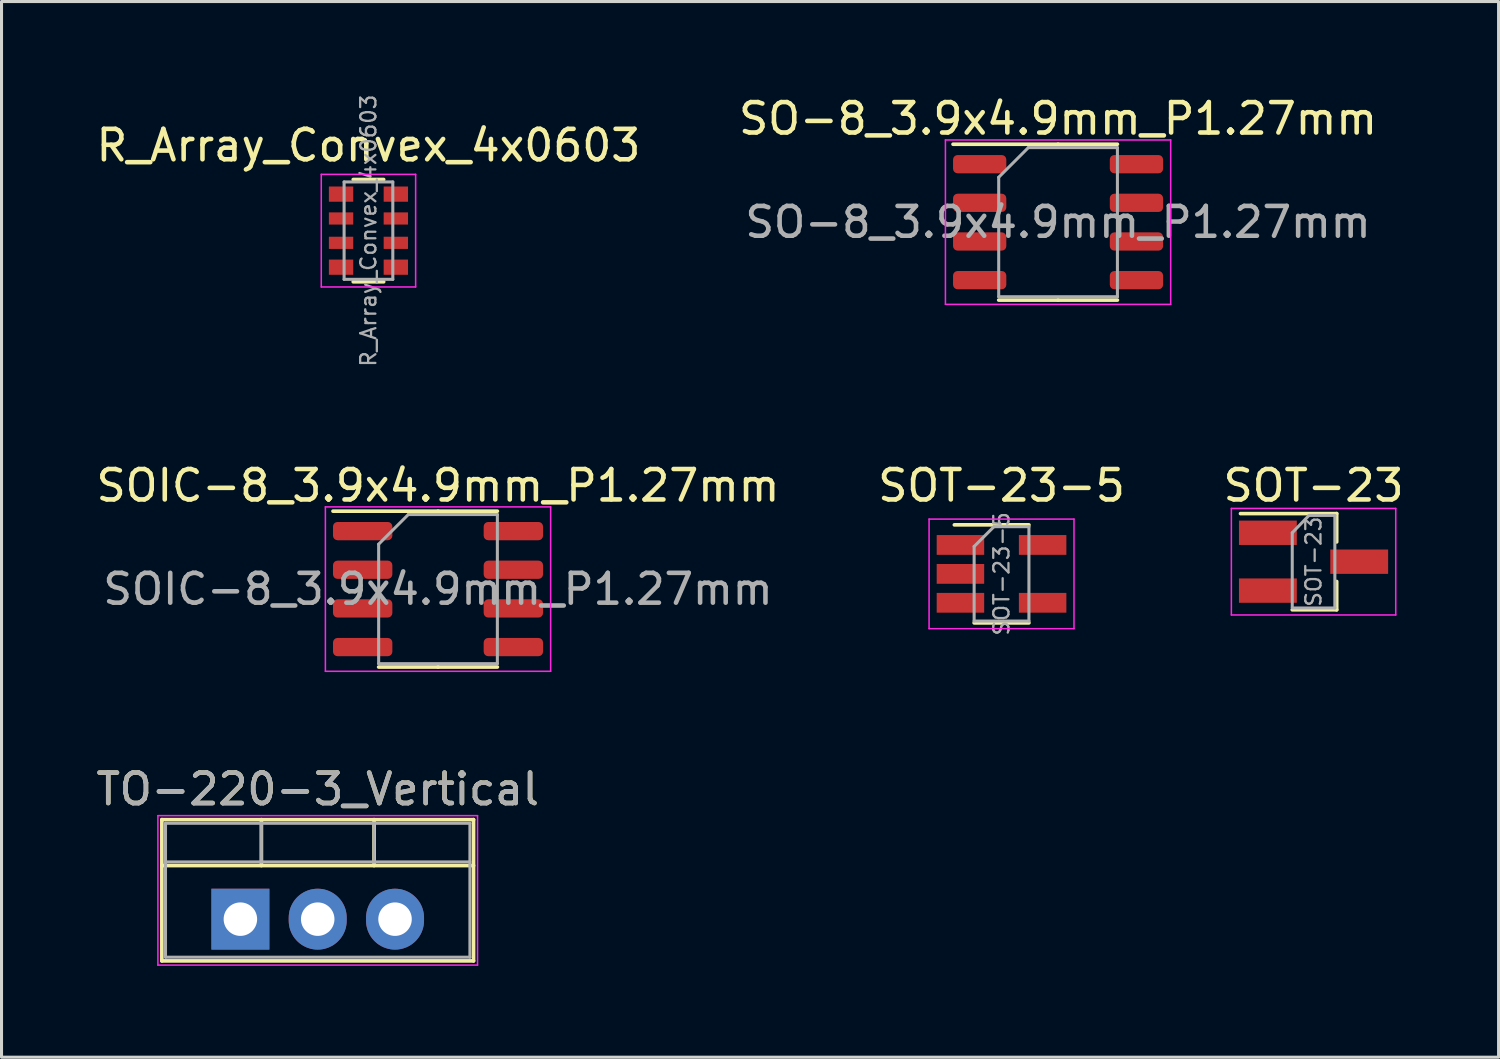
<source format=kicad_pcb>
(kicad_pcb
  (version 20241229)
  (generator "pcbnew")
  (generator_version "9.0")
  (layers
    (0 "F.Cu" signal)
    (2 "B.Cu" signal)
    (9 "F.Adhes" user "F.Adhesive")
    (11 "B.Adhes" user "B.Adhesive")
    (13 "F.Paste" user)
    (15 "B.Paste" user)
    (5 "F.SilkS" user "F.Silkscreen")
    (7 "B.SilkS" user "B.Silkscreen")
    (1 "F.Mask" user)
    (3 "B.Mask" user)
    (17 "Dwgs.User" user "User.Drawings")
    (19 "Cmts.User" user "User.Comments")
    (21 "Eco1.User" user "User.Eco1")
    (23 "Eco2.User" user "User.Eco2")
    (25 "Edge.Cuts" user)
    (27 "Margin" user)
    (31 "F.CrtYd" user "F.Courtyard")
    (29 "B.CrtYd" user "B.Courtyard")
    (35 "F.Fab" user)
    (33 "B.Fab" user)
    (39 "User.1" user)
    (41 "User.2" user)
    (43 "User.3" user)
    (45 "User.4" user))
  (footprint "TO-220-3_Vertical"
    (layer "F.Cu")
    (at 4.847 27.145)
    (property "Reference" "TO-220-3_Vertical" (at 2.54 -4.27 0) (layer "F.SilkS") (effects (font (size 1 1) (thickness 0.15))))
    (attr through_hole)
    (fp_line (start -2.58 -3.27) (end -2.58 1.371) (stroke (width 0.12) (type solid)) (layer "F.SilkS"))
    (fp_line (start -2.58 -3.27) (end 7.66 -3.27) (stroke (width 0.12) (type solid)) (layer "F.SilkS"))
    (fp_line (start -2.58 -1.76) (end 7.66 -1.76) (stroke (width 0.12) (type solid)) (layer "F.SilkS"))
    (fp_line (start -2.58 1.371) (end 7.66 1.371) (stroke (width 0.12) (type solid)) (layer "F.SilkS"))
    (fp_line (start 0.69 -3.27) (end 0.69 -1.76) (stroke (width 0.12) (type solid)) (layer "F.SilkS"))
    (fp_line (start 4.391 -3.27) (end 4.391 -1.76) (stroke (width 0.12) (type solid)) (layer "F.SilkS"))
    (fp_line (start 7.66 -3.27) (end 7.66 1.371) (stroke (width 0.12) (type solid)) (layer "F.SilkS"))
    (fp_line (start -2.71 -3.4) (end -2.71 1.51) (stroke (width 0.05) (type solid)) (layer "F.CrtYd"))
    (fp_line (start -2.71 1.51) (end 7.79 1.51) (stroke (width 0.05) (type solid)) (layer "F.CrtYd"))
    (fp_line (start 7.79 -3.4) (end -2.71 -3.4) (stroke (width 0.05) (type solid)) (layer "F.CrtYd"))
    (fp_line (start 7.79 1.51) (end 7.79 -3.4) (stroke (width 0.05) (type solid)) (layer "F.CrtYd"))
    (fp_line (start -2.46 -3.15) (end -2.46 1.25) (stroke (width 0.1) (type solid)) (layer "F.Fab"))
    (fp_line (start -2.46 -1.88) (end 7.54 -1.88) (stroke (width 0.1) (type solid)) (layer "F.Fab"))
    (fp_line (start -2.46 1.25) (end 7.54 1.25) (stroke (width 0.1) (type solid)) (layer "F.Fab"))
    (fp_line (start 0.69 -3.15) (end 0.69 -1.88) (stroke (width 0.1) (type solid)) (layer "F.Fab"))
    (fp_line (start 4.39 -3.15) (end 4.39 -1.88) (stroke (width 0.1) (type solid)) (layer "F.Fab"))
    (fp_line (start 7.54 -3.15) (end -2.46 -3.15) (stroke (width 0.1) (type solid)) (layer "F.Fab"))
    (fp_line (start 7.54 1.25) (end 7.54 -3.15) (stroke (width 0.1) (type solid)) (layer "F.Fab"))
    (fp_text user "${REFERENCE}" (at 2.54 -4.27 0) (layer "F.Fab") (effects (font (size 1 1) (thickness 0.15))))
    (pad "1" thru_hole rect (at 0 0) (size 1.905 2) (drill 1.1) (layers "*.Cu" "*.Mask"))
    (pad "2" thru_hole oval (at 2.54 0) (size 1.905 2) (drill 1.1) (layers "*.Cu" "*.Mask"))
    (pad "3" thru_hole oval (at 5.08 0) (size 1.905 2) (drill 1.1) (layers "*.Cu" "*.Mask")))
  (footprint "SOT-23-5"
    (layer "F.Cu")
    (at 29.851 15.802)
    (property "Reference" "SOT-23-5" (at 0 -2.9 0) (layer "F.SilkS") (effects (font (size 1 1) (thickness 0.15))))
    (attr smd)
    (fp_line (start -0.9 1.61) (end 0.9 1.61) (stroke (width 0.12) (type solid)) (layer "F.SilkS"))
    (fp_line (start 0.9 -1.61) (end -1.55 -1.61) (stroke (width 0.12) (type solid)) (layer "F.SilkS"))
    (fp_line (start -2.38 -1.8) (end -2.38 1.8) (stroke (width 0.05) (type solid)) (layer "F.CrtYd"))
    (fp_line (start -2.38 -1.8) (end 2.38 -1.8) (stroke (width 0.05) (type solid)) (layer "F.CrtYd"))
    (fp_line (start 2.38 1.8) (end -2.38 1.8) (stroke (width 0.05) (type solid)) (layer "F.CrtYd"))
    (fp_line (start 2.38 1.8) (end 2.38 -1.8) (stroke (width 0.05) (type solid)) (layer "F.CrtYd"))
    (fp_line (start -0.9 -0.9) (end -0.9 1.55) (stroke (width 0.1) (type solid)) (layer "F.Fab"))
    (fp_line (start -0.9 -0.9) (end -0.25 -1.55) (stroke (width 0.1) (type solid)) (layer "F.Fab"))
    (fp_line (start 0.9 -1.55) (end -0.25 -1.55) (stroke (width 0.1) (type solid)) (layer "F.Fab"))
    (fp_line (start 0.9 -1.55) (end 0.9 1.55) (stroke (width 0.1) (type solid)) (layer "F.Fab"))
    (fp_line (start 0.9 1.55) (end -0.9 1.55) (stroke (width 0.1) (type solid)) (layer "F.Fab"))
    (fp_text user "${REFERENCE}" (at 0 0 90) (layer "F.Fab") (effects (font (size 0.5 0.5) (thickness 0.075))))
    (pad "1" smd rect (at -1.35 -0.95) (size 1.56 0.65) (layers "F.Cu" "F.Mask" "F.Paste"))
    (pad "2" smd rect (at -1.35 0) (size 1.56 0.65) (layers "F.Cu" "F.Mask" "F.Paste"))
    (pad "3" smd rect (at -1.35 0.95) (size 1.56 0.65) (layers "F.Cu" "F.Mask" "F.Paste"))
    (pad "4" smd rect (at 1.35 0.95) (size 1.56 0.65) (layers "F.Cu" "F.Mask" "F.Paste"))
    (pad "5" smd rect (at 1.35 -0.95) (size 1.56 0.65) (layers "F.Cu" "F.Mask" "F.Paste")))
  (footprint "SO-8_3.9x4.9mm_P1.27mm"
    (layer "F.Cu")
    (at 31.708 4.248)
    (property "Reference" "SO-8_3.9x4.9mm_P1.27mm" (at 0 -3.4 0) (layer "F.SilkS") (effects (font (size 1 1) (thickness 0.15))))
    (attr smd)
    (fp_line (start 0 -2.56) (end -3.45 -2.56) (stroke (width 0.12) (type solid)) (layer "F.SilkS"))
    (fp_line (start 0 -2.56) (end 1.95 -2.56) (stroke (width 0.12) (type solid)) (layer "F.SilkS"))
    (fp_line (start 0 2.56) (end -1.95 2.56) (stroke (width 0.12) (type solid)) (layer "F.SilkS"))
    (fp_line (start 0 2.56) (end 1.95 2.56) (stroke (width 0.12) (type solid)) (layer "F.SilkS"))
    (fp_line (start -3.7 -2.7) (end -3.7 2.7) (stroke (width 0.05) (type solid)) (layer "F.CrtYd"))
    (fp_line (start -3.7 2.7) (end 3.7 2.7) (stroke (width 0.05) (type solid)) (layer "F.CrtYd"))
    (fp_line (start 3.7 -2.7) (end -3.7 -2.7) (stroke (width 0.05) (type solid)) (layer "F.CrtYd"))
    (fp_line (start 3.7 2.7) (end 3.7 -2.7) (stroke (width 0.05) (type solid)) (layer "F.CrtYd"))
    (fp_line (start -1.95 -1.475) (end -0.975 -2.45) (stroke (width 0.1) (type solid)) (layer "F.Fab"))
    (fp_line (start -1.95 2.45) (end -1.95 -1.475) (stroke (width 0.1) (type solid)) (layer "F.Fab"))
    (fp_line (start -0.975 -2.45) (end 1.95 -2.45) (stroke (width 0.1) (type solid)) (layer "F.Fab"))
    (fp_line (start 1.95 -2.45) (end 1.95 2.45) (stroke (width 0.1) (type solid)) (layer "F.Fab"))
    (fp_line (start 1.95 2.45) (end -1.95 2.45) (stroke (width 0.1) (type solid)) (layer "F.Fab"))
    (fp_text user "${REFERENCE}" (at 0 0 0) (layer "F.Fab") (effects (font (size 0.98 0.98) (thickness 0.15))))
    (pad "1" smd roundrect (at -2.575 -1.905) (size 1.75 0.6) (layers "F.Cu" "F.Mask" "F.Paste") (roundrect_rratio 0.25))
    (pad "2" smd roundrect (at -2.575 -0.635) (size 1.75 0.6) (layers "F.Cu" "F.Mask" "F.Paste") (roundrect_rratio 0.25))
    (pad "3" smd roundrect (at -2.575 0.635) (size 1.75 0.6) (layers "F.Cu" "F.Mask" "F.Paste") (roundrect_rratio 0.25))
    (pad "4" smd roundrect (at -2.575 1.905) (size 1.75 0.6) (layers "F.Cu" "F.Mask" "F.Paste") (roundrect_rratio 0.25))
    (pad "5" smd roundrect (at 2.575 1.905) (size 1.75 0.6) (layers "F.Cu" "F.Mask" "F.Paste") (roundrect_rratio 0.25))
    (pad "6" smd roundrect (at 2.575 0.635) (size 1.75 0.6) (layers "F.Cu" "F.Mask" "F.Paste") (roundrect_rratio 0.25))
    (pad "7" smd roundrect (at 2.575 -0.635) (size 1.75 0.6) (layers "F.Cu" "F.Mask" "F.Paste") (roundrect_rratio 0.25))
    (pad "8" smd roundrect (at 2.575 -1.905) (size 1.75 0.6) (layers "F.Cu" "F.Mask" "F.Paste") (roundrect_rratio 0.25)))
  (footprint "R_Array_Convex_4x0603"
    (layer "F.Cu")
    (at 9.054 4.527)
    (property "Reference" "R_Array_Convex_4x0603" (at 0 -2.8 0) (layer "F.SilkS") (effects (font (size 1 1) (thickness 0.15))))
    (attr smd)
    (fp_line (start 0.5 -1.68) (end -0.5 -1.68) (stroke (width 0.12) (type solid)) (layer "F.SilkS"))
    (fp_line (start 0.5 1.68) (end -0.5 1.68) (stroke (width 0.12) (type solid)) (layer "F.SilkS"))
    (fp_line (start -1.55 -1.85) (end -1.55 1.85) (stroke (width 0.05) (type solid)) (layer "F.CrtYd"))
    (fp_line (start -1.55 -1.85) (end 1.55 -1.85) (stroke (width 0.05) (type solid)) (layer "F.CrtYd"))
    (fp_line (start 1.55 1.85) (end -1.55 1.85) (stroke (width 0.05) (type solid)) (layer "F.CrtYd"))
    (fp_line (start 1.55 1.85) (end 1.55 -1.85) (stroke (width 0.05) (type solid)) (layer "F.CrtYd"))
    (fp_line (start -0.8 -1.6) (end 0.8 -1.6) (stroke (width 0.1) (type solid)) (layer "F.Fab"))
    (fp_line (start -0.8 1.6) (end -0.8 -1.6) (stroke (width 0.1) (type solid)) (layer "F.Fab"))
    (fp_line (start 0.8 -1.6) (end 0.8 1.6) (stroke (width 0.1) (type solid)) (layer "F.Fab"))
    (fp_line (start 0.8 1.6) (end -0.8 1.6) (stroke (width 0.1) (type solid)) (layer "F.Fab"))
    (fp_text user "${REFERENCE}" (at 0 0 90) (layer "F.Fab") (effects (font (size 0.5 0.5) (thickness 0.075))))
    (pad "1" smd rect (at -0.9 -1.2) (size 0.8 0.5) (layers "F.Cu" "F.Mask" "F.Paste"))
    (pad "2" smd rect (at -0.9 -0.4) (size 0.8 0.4) (layers "F.Cu" "F.Mask" "F.Paste"))
    (pad "3" smd rect (at -0.9 0.4) (size 0.8 0.4) (layers "F.Cu" "F.Mask" "F.Paste"))
    (pad "4" smd rect (at -0.9 1.2) (size 0.8 0.5) (layers "F.Cu" "F.Mask" "F.Paste"))
    (pad "5" smd rect (at 0.9 1.2) (size 0.8 0.5) (layers "F.Cu" "F.Mask" "F.Paste"))
    (pad "6" smd rect (at 0.9 0.4) (size 0.8 0.4) (layers "F.Cu" "F.Mask" "F.Paste"))
    (pad "7" smd rect (at 0.9 -0.4) (size 0.8 0.4) (layers "F.Cu" "F.Mask" "F.Paste"))
    (pad "8" smd rect (at 0.9 -1.2) (size 0.8 0.5) (layers "F.Cu" "F.Mask" "F.Paste")))
  (footprint "SOIC-8_3.9x4.9mm_P1.27mm"
    (layer "F.Cu")
    (at 11.339 16.302)
    (property "Reference" "SOIC-8_3.9x4.9mm_P1.27mm" (at 0 -3.4 0) (layer "F.SilkS") (effects (font (size 1 1) (thickness 0.15))))
    (attr smd)
    (fp_line (start 0 -2.56) (end -3.45 -2.56) (stroke (width 0.12) (type solid)) (layer "F.SilkS"))
    (fp_line (start 0 -2.56) (end 1.95 -2.56) (stroke (width 0.12) (type solid)) (layer "F.SilkS"))
    (fp_line (start 0 2.56) (end -1.95 2.56) (stroke (width 0.12) (type solid)) (layer "F.SilkS"))
    (fp_line (start 0 2.56) (end 1.95 2.56) (stroke (width 0.12) (type solid)) (layer "F.SilkS"))
    (fp_line (start -3.7 -2.7) (end -3.7 2.7) (stroke (width 0.05) (type solid)) (layer "F.CrtYd"))
    (fp_line (start -3.7 2.7) (end 3.7 2.7) (stroke (width 0.05) (type solid)) (layer "F.CrtYd"))
    (fp_line (start 3.7 -2.7) (end -3.7 -2.7) (stroke (width 0.05) (type solid)) (layer "F.CrtYd"))
    (fp_line (start 3.7 2.7) (end 3.7 -2.7) (stroke (width 0.05) (type solid)) (layer "F.CrtYd"))
    (fp_line (start -1.95 -1.475) (end -0.975 -2.45) (stroke (width 0.1) (type solid)) (layer "F.Fab"))
    (fp_line (start -1.95 2.45) (end -1.95 -1.475) (stroke (width 0.1) (type solid)) (layer "F.Fab"))
    (fp_line (start -0.975 -2.45) (end 1.95 -2.45) (stroke (width 0.1) (type solid)) (layer "F.Fab"))
    (fp_line (start 1.95 -2.45) (end 1.95 2.45) (stroke (width 0.1) (type solid)) (layer "F.Fab"))
    (fp_line (start 1.95 2.45) (end -1.95 2.45) (stroke (width 0.1) (type solid)) (layer "F.Fab"))
    (fp_text user "${REFERENCE}" (at 0 0 0) (layer "F.Fab") (effects (font (size 0.98 0.98) (thickness 0.15))))
    (pad "1" smd roundrect (at -2.475 -1.905) (size 1.95 0.6) (layers "F.Cu" "F.Mask" "F.Paste") (roundrect_rratio 0.25))
    (pad "2" smd roundrect (at -2.475 -0.635) (size 1.95 0.6) (layers "F.Cu" "F.Mask" "F.Paste") (roundrect_rratio 0.25))
    (pad "3" smd roundrect (at -2.475 0.635) (size 1.95 0.6) (layers "F.Cu" "F.Mask" "F.Paste") (roundrect_rratio 0.25))
    (pad "4" smd roundrect (at -2.475 1.905) (size 1.95 0.6) (layers "F.Cu" "F.Mask" "F.Paste") (roundrect_rratio 0.25))
    (pad "5" smd roundrect (at 2.475 1.905) (size 1.95 0.6) (layers "F.Cu" "F.Mask" "F.Paste") (roundrect_rratio 0.25))
    (pad "6" smd roundrect (at 2.475 0.635) (size 1.95 0.6) (layers "F.Cu" "F.Mask" "F.Paste") (roundrect_rratio 0.25))
    (pad "7" smd roundrect (at 2.475 -0.635) (size 1.95 0.6) (layers "F.Cu" "F.Mask" "F.Paste") (roundrect_rratio 0.25))
    (pad "8" smd roundrect (at 2.475 -1.905) (size 1.95 0.6) (layers "F.Cu" "F.Mask" "F.Paste") (roundrect_rratio 0.25)))
  (footprint "SOT-23"
    (layer "F.Cu")
    (at 40.101 15.402)
    (property "Reference" "SOT-23" (at 0 -2.5 0) (layer "F.SilkS") (effects (font (size 1 1) (thickness 0.15))))
    (attr smd)
    (fp_line (start 0.76 -1.58) (end -2.4 -1.58) (stroke (width 0.12) (type solid)) (layer "F.SilkS"))
    (fp_line (start 0.76 -1.58) (end 0.76 -0.65) (stroke (width 0.12) (type solid)) (layer "F.SilkS"))
    (fp_line (start 0.76 1.58) (end -0.7 1.58) (stroke (width 0.12) (type solid)) (layer "F.SilkS"))
    (fp_line (start 0.76 1.58) (end 0.76 0.65) (stroke (width 0.12) (type solid)) (layer "F.SilkS"))
    (fp_line (start -2.7 -1.75) (end 2.7 -1.75) (stroke (width 0.05) (type solid)) (layer "F.CrtYd"))
    (fp_line (start -2.7 1.75) (end -2.7 -1.75) (stroke (width 0.05) (type solid)) (layer "F.CrtYd"))
    (fp_line (start 2.7 -1.75) (end 2.7 1.75) (stroke (width 0.05) (type solid)) (layer "F.CrtYd"))
    (fp_line (start 2.7 1.75) (end -2.7 1.75) (stroke (width 0.05) (type solid)) (layer "F.CrtYd"))
    (fp_line (start -0.7 -0.95) (end -0.7 1.5) (stroke (width 0.1) (type solid)) (layer "F.Fab"))
    (fp_line (start -0.7 -0.95) (end -0.15 -1.52) (stroke (width 0.1) (type solid)) (layer "F.Fab"))
    (fp_line (start -0.7 1.52) (end 0.7 1.52) (stroke (width 0.1) (type solid)) (layer "F.Fab"))
    (fp_line (start -0.15 -1.52) (end 0.7 -1.52) (stroke (width 0.1) (type solid)) (layer "F.Fab"))
    (fp_line (start 0.7 -1.52) (end 0.7 1.52) (stroke (width 0.1) (type solid)) (layer "F.Fab"))
    (fp_text user "${REFERENCE}" (at 0 0 90) (layer "F.Fab") (effects (font (size 0.5 0.5) (thickness 0.075))))
    (pad "1" smd rect (at -1.5 -0.95) (size 1.9 0.8) (layers "F.Cu" "F.Mask" "F.Paste"))
    (pad "2" smd rect (at -1.5 0.95) (size 1.9 0.8) (layers "F.Cu" "F.Mask" "F.Paste"))
    (pad "3" smd rect (at 1.5 0) (size 1.9 0.8) (layers "F.Cu" "F.Mask" "F.Paste")))
  (gr_rect
    (start -3 -3)
    (end 46.179 31.68)
    (stroke (width 0.1) (type default))
    (fill no)
    (layer "Edge.Cuts")))
</source>
